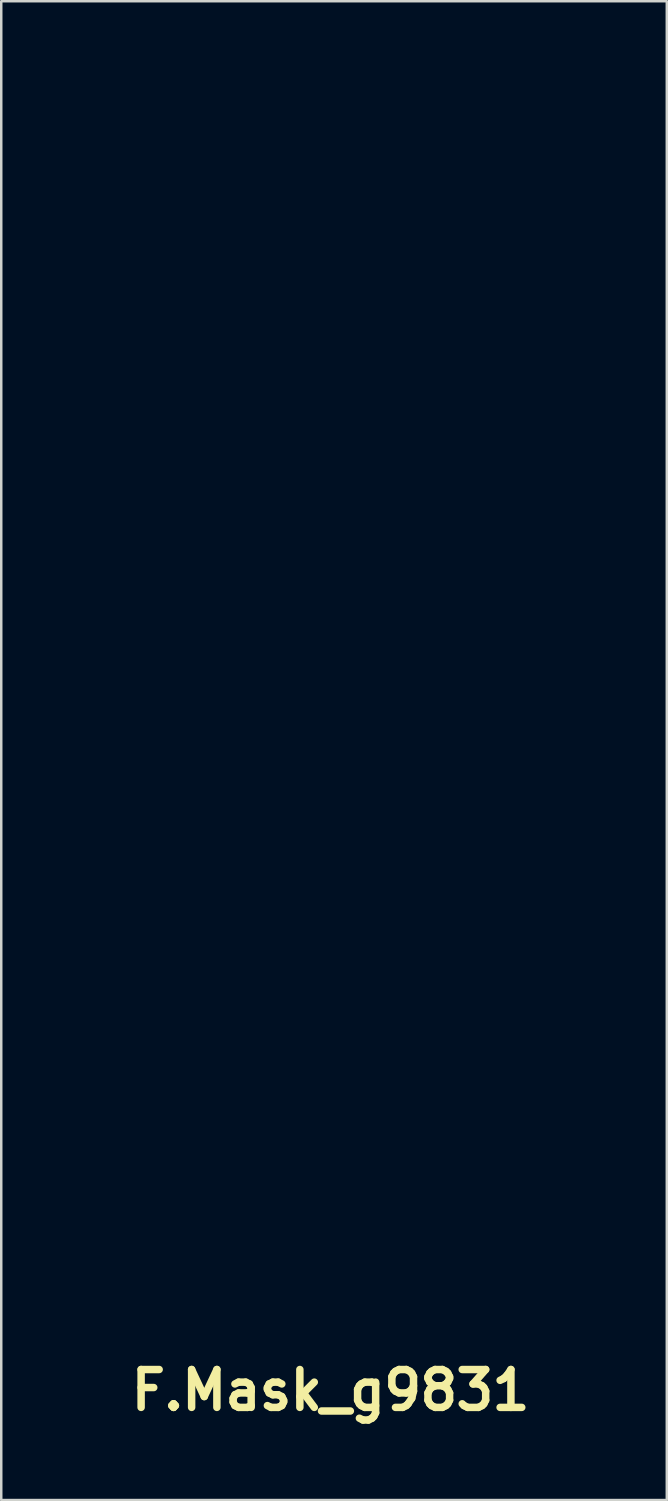
<source format=kicad_pcb>
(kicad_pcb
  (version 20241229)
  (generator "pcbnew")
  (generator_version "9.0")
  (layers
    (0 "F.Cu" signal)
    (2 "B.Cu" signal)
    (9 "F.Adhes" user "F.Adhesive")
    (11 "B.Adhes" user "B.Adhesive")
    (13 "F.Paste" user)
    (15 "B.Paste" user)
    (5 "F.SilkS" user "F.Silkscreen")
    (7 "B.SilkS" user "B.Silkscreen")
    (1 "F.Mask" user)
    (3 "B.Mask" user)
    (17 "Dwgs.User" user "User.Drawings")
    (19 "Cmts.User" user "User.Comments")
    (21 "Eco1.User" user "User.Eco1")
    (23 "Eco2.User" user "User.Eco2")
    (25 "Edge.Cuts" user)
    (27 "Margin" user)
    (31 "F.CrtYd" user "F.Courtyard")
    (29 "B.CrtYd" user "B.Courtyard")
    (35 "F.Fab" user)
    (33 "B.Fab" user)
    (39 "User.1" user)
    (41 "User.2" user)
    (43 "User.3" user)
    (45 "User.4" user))
  (footprint "F.Mask_g9831"
    (layer "F.Cu")
    (at 10.247 52.879)
    (property "Reference" "F.Mask_g9831" (at 0 0 0) (layer "F.SilkS") (effects (font (size 1.524 1.524) (thickness 0.3))))
    (attr through_hole)
    (fp_poly (pts (xy -4.582 -33.839) (xy -4.42 -33.807) (xy -4.298 -33.724) (xy -4.213 -33.581) (xy -4.16 -33.374) (xy -4.136 -33.093) (xy -4.134 -33.02) (xy -4.142 -32.696) (xy -4.178 -32.447) (xy -4.245 -32.267) (xy -4.345 -32.152) (xy -4.481 -32.096) (xy -4.571 -32.089) (xy -4.743 -32.089) (xy -4.732 -32.967) (xy -4.72 -33.846) (xy -4.582 -33.839)) (stroke (width 0.01) (type solid)) (fill yes) (layer "F.Mask"))
    (fp_poly (pts (xy 6.624 -33.517) (xy 6.653 -33.423) (xy 6.687 -33.28) (xy 6.704 -33.199) (xy 6.74 -33.024) (xy 6.772 -32.875) (xy 6.795 -32.775) (xy 6.8 -32.755) (xy 6.801 -32.711) (xy 6.759 -32.689) (xy 6.655 -32.682) (xy 6.615 -32.681) (xy 6.408 -32.681) (xy 6.495 -33.101) (xy 6.534 -33.28) (xy 6.569 -33.425) (xy 6.596 -33.519) (xy 6.606 -33.544) (xy 6.624 -33.517)) (stroke (width 0.01) (type solid)) (fill yes) (layer "F.Mask"))
    (fp_poly (pts (xy -8.911 -52.123) (xy -8.831 -52.082) (xy -8.708 -52.001) (xy -8.595 -51.92) (xy -8.411 -51.786) (xy -8.287 -51.689) (xy -8.215 -51.621) (xy -8.186 -51.572) (xy -8.191 -51.531) (xy -8.213 -51.498) (xy -8.265 -51.448) (xy -8.315 -51.447) (xy -8.386 -51.501) (xy -8.445 -51.561) (xy -8.542 -51.652) (xy -8.679 -51.765) (xy -8.812 -51.867) (xy -8.939 -51.963) (xy -9.005 -52.026) (xy -9.021 -52.069) (xy -8.998 -52.107) (xy -8.962 -52.129) (xy -8.911 -52.123)) (stroke (width 0.01) (type solid)) (fill yes) (layer "F.Mask"))
    (fp_poly (pts (xy -5.899 -33.524) (xy -5.872 -33.429) (xy -5.839 -33.287) (xy -5.825 -33.222) (xy -5.789 -33.048) (xy -5.758 -32.896) (xy -5.737 -32.793) (xy -5.733 -32.777) (xy -5.729 -32.718) (xy -5.761 -32.69) (xy -5.85 -32.682) (xy -5.905 -32.681) (xy -6.026 -32.688) (xy -6.083 -32.712) (xy -6.095 -32.755) (xy -6.086 -32.83) (xy -6.062 -32.955) (xy -6.03 -33.109) (xy -5.994 -33.269) (xy -5.959 -33.412) (xy -5.931 -33.515) (xy -5.916 -33.553) (xy -5.899 -33.524)) (stroke (width 0.01) (type solid)) (fill yes) (layer "F.Mask"))
    (fp_poly (pts (xy 2.605 -33.486) (xy 2.634 -33.373) (xy 2.668 -33.224) (xy 2.702 -33.062) (xy 2.73 -32.91) (xy 2.748 -32.792) (xy 2.752 -32.744) (xy 2.726 -32.703) (xy 2.64 -32.684) (xy 2.558 -32.681) (xy 2.44 -32.686) (xy 2.388 -32.706) (xy 2.384 -32.748) (xy 2.386 -32.755) (xy 2.404 -32.829) (xy 2.433 -32.962) (xy 2.468 -33.13) (xy 2.482 -33.2) (xy 2.518 -33.359) (xy 2.551 -33.477) (xy 2.577 -33.536) (xy 2.586 -33.538) (xy 2.605 -33.486)) (stroke (width 0.01) (type solid)) (fill yes) (layer "F.Mask"))
    (fp_poly (pts (xy 8.739 -52.019) (xy 8.757 -51.978) (xy 8.751 -51.883) (xy 8.743 -51.827) (xy 8.712 -51.68) (xy 8.664 -51.517) (xy 8.607 -51.362) (xy 8.55 -51.236) (xy 8.501 -51.162) (xy 8.486 -51.152) (xy 8.421 -51.165) (xy 8.397 -51.183) (xy 8.379 -51.244) (xy 8.414 -51.351) (xy 8.431 -51.384) (xy 8.485 -51.516) (xy 8.536 -51.684) (xy 8.56 -51.783) (xy 8.595 -51.926) (xy 8.632 -52.001) (xy 8.679 -52.027) (xy 8.692 -52.028) (xy 8.739 -52.019)) (stroke (width 0.01) (type solid)) (fill yes) (layer "F.Mask"))
    (fp_poly (pts (xy 10.154 -52.069) (xy 10.215 -51.991) (xy 10.293 -51.855) (xy 10.365 -51.71) (xy 10.454 -51.522) (xy 10.506 -51.395) (xy 10.523 -51.312) (xy 10.508 -51.262) (xy 10.466 -51.228) (xy 10.416 -51.213) (xy 10.377 -51.243) (xy 10.335 -51.332) (xy 10.312 -51.393) (xy 10.247 -51.547) (xy 10.159 -51.724) (xy 10.097 -51.833) (xy 10.023 -51.96) (xy 9.99 -52.033) (xy 9.994 -52.07) (xy 10.03 -52.09) (xy 10.04 -52.093) (xy 10.099 -52.099) (xy 10.154 -52.069)) (stroke (width 0.01) (type solid)) (fill yes) (layer "F.Mask"))
    (fp_poly (pts (xy 9.265 -52.823) (xy 9.41 -52.758) (xy 9.426 -52.751) (xy 9.633 -52.652) (xy 9.771 -52.578) (xy 9.85 -52.522) (xy 9.88 -52.478) (xy 9.869 -52.438) (xy 9.861 -52.427) (xy 9.836 -52.396) (xy 9.81 -52.38) (xy 9.771 -52.384) (xy 9.701 -52.411) (xy 9.588 -52.467) (xy 9.415 -52.556) (xy 9.386 -52.571) (xy 9.216 -52.66) (xy 9.113 -52.722) (xy 9.063 -52.766) (xy 9.058 -52.8) (xy 9.076 -52.824) (xy 9.116 -52.852) (xy 9.173 -52.852) (xy 9.265 -52.823)) (stroke (width 0.01) (type solid)) (fill yes) (layer "F.Mask"))
    (fp_poly (pts (xy 9.186 -50.969) (xy 9.52 -50.969) (xy 9.702 -50.973) (xy 9.816 -50.991) (xy 9.877 -51.035) (xy 9.901 -51.117) (xy 9.906 -51.241) (xy 9.916 -51.363) (xy 9.952 -51.414) (xy 10.016 -51.406) (xy 10.06 -51.349) (xy 10.073 -51.24) (xy 10.061 -51.107) (xy 10.027 -50.975) (xy 9.974 -50.871) (xy 9.935 -50.833) (xy 9.872 -50.819) (xy 9.747 -50.808) (xy 9.582 -50.802) (xy 9.498 -50.801) (xy 9.303 -50.804) (xy 9.175 -50.815) (xy 9.097 -50.837) (xy 9.054 -50.87) (xy 9.029 -50.929) (xy 9.009 -51.042) (xy 8.995 -51.219) (xy 8.985 -51.468) (xy 8.981 -51.59) (xy 8.967 -52.239) (xy 9.186 -52.239) (xy 9.186 -50.969)) (stroke (width 0.01) (type solid)) (fill yes) (layer "F.Mask"))
    (fp_poly (pts (xy -1.322 -52.783) (xy -1.233 -52.76) (xy -1.201 -52.727) (xy -1.201 -52.658) (xy -1.223 -52.534) (xy -1.263 -52.38) (xy -1.269 -52.359) (xy -1.362 -52.055) (xy -1.275 -51.901) (xy -1.194 -51.706) (xy -1.157 -51.506) (xy -1.17 -51.333) (xy -1.18 -51.299) (xy -1.244 -51.209) (xy -1.335 -51.155) (xy -1.427 -51.146) (xy -1.486 -51.186) (xy -1.52 -51.266) (xy -1.485 -51.302) (xy -1.418 -51.308) (xy -1.35 -51.317) (xy -1.32 -51.36) (xy -1.312 -51.46) (xy -1.312 -51.48) (xy -1.33 -51.625) (xy -1.375 -51.79) (xy -1.4 -51.855) (xy -1.447 -51.973) (xy -1.465 -52.063) (xy -1.457 -52.162) (xy -1.423 -52.304) (xy -1.421 -52.314) (xy -1.378 -52.485) (xy -1.361 -52.589) (xy -1.37 -52.642) (xy -1.409 -52.659) (xy -1.471 -52.655) (xy -1.587 -52.642) (xy -1.599 -51.7) (xy -1.603 -51.389) (xy -1.609 -51.153) (xy -1.616 -50.982) (xy -1.626 -50.867) (xy -1.639 -50.798) (xy -1.656 -50.765) (xy -1.673 -50.758) (xy -1.693 -50.768) (xy -1.708 -50.805) (xy -1.72 -50.878) (xy -1.727 -50.996) (xy -1.732 -51.169) (xy -1.735 -51.407) (xy -1.736 -51.719) (xy -1.736 -51.774) (xy -1.736 -52.79) (xy -1.48 -52.79) (xy -1.322 -52.783)) (stroke (width 0.01) (type solid)) (fill yes) (layer "F.Mask"))
    (fp_poly (pts (xy -4.474 -52.86) (xy -4.45 -52.803) (xy -4.445 -52.705) (xy -4.445 -52.536) (xy -4.256 -52.536) (xy -4.133 -52.544) (xy -4.085 -52.57) (xy -4.087 -52.589) (xy -4.077 -52.666) (xy -4.016 -52.751) (xy -3.932 -52.818) (xy -3.851 -52.84) (xy -3.837 -52.837) (xy -3.793 -52.812) (xy -3.794 -52.775) (xy -3.846 -52.703) (xy -3.873 -52.671) (xy -3.987 -52.536) (xy -3.556 -52.536) (xy -3.556 -52.282) (xy -3.559 -52.14) (xy -3.573 -52.063) (xy -3.603 -52.032) (xy -3.641 -52.028) (xy -3.696 -52.042) (xy -3.721 -52.099) (xy -3.725 -52.197) (xy -3.725 -52.366) (xy -5.334 -52.366) (xy -5.334 -52.197) (xy -5.341 -52.086) (xy -5.37 -52.037) (xy -5.419 -52.028) (xy -5.466 -52.037) (xy -5.492 -52.078) (xy -5.502 -52.169) (xy -5.503 -52.282) (xy -5.503 -52.536) (xy -5.117 -52.536) (xy -5.21 -52.667) (xy -5.267 -52.758) (xy -5.272 -52.81) (xy -5.245 -52.836) (xy -5.182 -52.84) (xy -5.097 -52.775) (xy -5.065 -52.742) (xy -4.993 -52.652) (xy -4.979 -52.599) (xy -5.002 -52.573) (xy -5.002 -52.551) (xy -4.923 -52.539) (xy -4.837 -52.536) (xy -4.614 -52.536) (xy -4.614 -52.705) (xy -4.607 -52.816) (xy -4.579 -52.865) (xy -4.53 -52.874) (xy -4.474 -52.86)) (stroke (width 0.01) (type solid)) (fill yes) (layer "F.Mask"))
    (fp_poly (pts (xy 2.018 -52.745) (xy 2.144 -52.738) (xy 2.214 -52.722) (xy 2.242 -52.697) (xy 2.244 -52.684) (xy 2.218 -52.641) (xy 2.132 -52.623) (xy 2.058 -52.62) (xy 1.873 -52.62) (xy 1.823 -52.419) (xy 1.79 -52.285) (xy 1.761 -52.177) (xy 1.753 -52.146) (xy 1.753 -52.103) (xy 1.799 -52.079) (xy 1.906 -52.065) (xy 1.956 -52.062) (xy 2.18 -52.049) (xy 2.192 -51.551) (xy 2.204 -51.054) (xy 1.97 -51.054) (xy 1.835 -51.05) (xy 1.764 -51.035) (xy 1.738 -51) (xy 1.736 -50.969) (xy 1.706 -50.899) (xy 1.651 -50.885) (xy 1.612 -50.891) (xy 1.587 -50.919) (xy 1.573 -50.985) (xy 1.567 -51.105) (xy 1.565 -51.293) (xy 1.565 -51.297) (xy 1.563 -51.486) (xy 1.555 -51.6) (xy 1.543 -51.647) (xy 1.522 -51.638) (xy 1.517 -51.629) (xy 1.476 -51.573) (xy 1.44 -51.59) (xy 1.415 -51.622) (xy 1.386 -51.686) (xy 1.403 -51.759) (xy 1.443 -51.831) (xy 1.478 -51.901) (xy 1.736 -51.901) (xy 1.736 -51.223) (xy 2.032 -51.223) (xy 2.032 -51.901) (xy 1.736 -51.901) (xy 1.478 -51.901) (xy 1.496 -51.937) (xy 1.557 -52.088) (xy 1.616 -52.255) (xy 1.664 -52.412) (xy 1.69 -52.53) (xy 1.693 -52.561) (xy 1.654 -52.606) (xy 1.545 -52.62) (xy 1.436 -52.634) (xy 1.397 -52.678) (xy 1.397 -52.684) (xy 1.411 -52.713) (xy 1.462 -52.732) (xy 1.565 -52.743) (xy 1.732 -52.747) (xy 1.82 -52.747) (xy 2.018 -52.745)) (stroke (width 0.01) (type solid)) (fill yes) (layer "F.Mask"))
    (fp_poly (pts (xy 7.165 -52.862) (xy 7.19 -52.81) (xy 7.197 -52.698) (xy 7.197 -52.684) (xy 7.197 -52.493) (xy 8.043 -52.493) (xy 8.043 -51.943) (xy 8.043 -51.718) (xy 8.039 -51.565) (xy 8.031 -51.469) (xy 8.015 -51.417) (xy 7.991 -51.396) (xy 7.959 -51.393) (xy 7.89 -51.419) (xy 7.874 -51.456) (xy 7.858 -51.489) (xy 7.8 -51.508) (xy 7.685 -51.518) (xy 7.535 -51.52) (xy 7.197 -51.52) (xy 7.197 -51.139) (xy 7.195 -50.958) (xy 7.189 -50.845) (xy 7.173 -50.785) (xy 7.145 -50.761) (xy 7.112 -50.758) (xy 7.072 -50.764) (xy 7.047 -50.794) (xy 7.033 -50.863) (xy 7.028 -50.988) (xy 7.027 -51.139) (xy 7.027 -51.52) (xy 6.689 -51.52) (xy 6.515 -51.517) (xy 6.411 -51.506) (xy 6.361 -51.484) (xy 6.35 -51.456) (xy 6.315 -51.404) (xy 6.265 -51.393) (xy 6.231 -51.397) (xy 6.207 -51.42) (xy 6.192 -51.475) (xy 6.184 -51.575) (xy 6.182 -51.689) (xy 6.35 -51.689) (xy 7.031 -51.689) (xy 7.197 -51.689) (xy 7.878 -51.689) (xy 7.865 -51.996) (xy 7.853 -52.303) (xy 7.525 -52.315) (xy 7.197 -52.328) (xy 7.197 -51.689) (xy 7.031 -51.689) (xy 7.019 -51.996) (xy 7.006 -52.303) (xy 6.678 -52.315) (xy 6.35 -52.328) (xy 6.35 -51.689) (xy 6.182 -51.689) (xy 6.181 -51.734) (xy 6.181 -51.943) (xy 6.181 -52.493) (xy 7.027 -52.493) (xy 7.027 -52.684) (xy 7.033 -52.803) (xy 7.056 -52.859) (xy 7.106 -52.874) (xy 7.112 -52.874) (xy 7.165 -52.862)) (stroke (width 0.01) (type solid)) (fill yes) (layer "F.Mask"))
    (fp_poly (pts (xy 4.711 -51.929) (xy 4.739 -51.871) (xy 4.741 -51.816) (xy 4.741 -51.689) (xy 5.331 -51.689) (xy 5.343 -51.319) (xy 5.355 -50.948) (xy 5.503 -50.948) (xy 5.6 -50.955) (xy 5.645 -50.99) (xy 5.662 -51.08) (xy 5.665 -51.109) (xy 5.683 -51.217) (xy 5.718 -51.257) (xy 5.749 -51.256) (xy 5.797 -51.224) (xy 5.816 -51.139) (xy 5.817 -51.062) (xy 5.799 -50.912) (xy 5.744 -50.825) (xy 5.634 -50.786) (xy 5.512 -50.779) (xy 5.35 -50.784) (xy 5.249 -50.807) (xy 5.193 -50.865) (xy 5.17 -50.973) (xy 5.165 -51.147) (xy 5.165 -51.18) (xy 5.165 -51.52) (xy 4.935 -51.52) (xy 4.802 -51.517) (xy 4.731 -51.5) (xy 4.696 -51.458) (xy 4.677 -51.388) (xy 4.611 -51.249) (xy 4.484 -51.103) (xy 4.316 -50.968) (xy 4.126 -50.863) (xy 4.08 -50.844) (xy 3.942 -50.792) (xy 3.863 -50.767) (xy 3.824 -50.768) (xy 3.805 -50.793) (xy 3.792 -50.827) (xy 3.775 -50.874) (xy 3.784 -50.903) (xy 3.836 -50.931) (xy 3.937 -50.97) (xy 4.115 -51.057) (xy 4.281 -51.169) (xy 4.416 -51.29) (xy 4.504 -51.407) (xy 4.529 -51.488) (xy 4.491 -51.503) (xy 4.388 -51.514) (xy 4.242 -51.52) (xy 4.212 -51.52) (xy 4.05 -51.522) (xy 3.955 -51.531) (xy 3.909 -51.552) (xy 3.895 -51.589) (xy 3.895 -51.604) (xy 3.902 -51.648) (xy 3.936 -51.673) (xy 4.015 -51.685) (xy 4.155 -51.689) (xy 4.212 -51.689) (xy 4.53 -51.689) (xy 4.53 -51.816) (xy 4.541 -51.907) (xy 4.589 -51.94) (xy 4.636 -51.943) (xy 4.711 -51.929)) (stroke (width 0.01) (type solid)) (fill yes) (layer "F.Mask"))
    (fp_poly (pts (xy -2.83 -52.864) (xy -2.804 -52.82) (xy -2.795 -52.722) (xy -2.794 -52.644) (xy -2.791 -52.512) (xy -2.775 -52.441) (xy -2.736 -52.411) (xy -2.678 -52.401) (xy -2.581 -52.365) (xy -2.548 -52.313) (xy -2.557 -52.26) (xy -2.625 -52.24) (xy -2.664 -52.239) (xy -2.759 -52.219) (xy -2.794 -52.154) (xy -2.767 -52.04) (xy -2.68 -51.873) (xy -2.666 -51.85) (xy -2.586 -51.698) (xy -2.566 -51.602) (xy -2.606 -51.563) (xy -2.619 -51.562) (xy -2.658 -51.596) (xy -2.71 -51.68) (xy -2.72 -51.7) (xy -2.748 -51.753) (xy -2.767 -51.772) (xy -2.78 -51.748) (xy -2.786 -51.669) (xy -2.79 -51.527) (xy -2.791 -51.311) (xy -2.791 -51.297) (xy -2.793 -51.075) (xy -2.798 -50.924) (xy -2.807 -50.83) (xy -2.823 -50.781) (xy -2.849 -50.761) (xy -2.879 -50.758) (xy -2.915 -50.763) (xy -2.939 -50.788) (xy -2.954 -50.846) (xy -2.961 -50.953) (xy -2.965 -51.122) (xy -2.965 -51.255) (xy -2.967 -51.752) (xy -3.077 -51.485) (xy -3.138 -51.344) (xy -3.181 -51.272) (xy -3.216 -51.256) (xy -3.243 -51.273) (xy -3.27 -51.319) (xy -3.263 -51.386) (xy -3.219 -51.496) (xy -3.195 -51.548) (xy -3.121 -51.723) (xy -3.055 -51.914) (xy -3.032 -51.992) (xy -2.974 -52.218) (xy -3.12 -52.231) (xy -3.225 -52.261) (xy -3.258 -52.312) (xy -3.222 -52.365) (xy -3.117 -52.399) (xy -3.101 -52.401) (xy -3.022 -52.412) (xy -2.981 -52.441) (xy -2.966 -52.511) (xy -2.963 -52.642) (xy -2.963 -52.644) (xy -2.96 -52.778) (xy -2.943 -52.847) (xy -2.907 -52.872) (xy -2.879 -52.874) (xy -2.83 -52.864)) (stroke (width 0.01) (type solid)) (fill yes) (layer "F.Mask"))
    (fp_poly (pts (xy -3.937 -51.736) (xy -4.18 -51.723) (xy -4.319 -51.712) (xy -4.393 -51.692) (xy -4.421 -51.656) (xy -4.424 -51.626) (xy -4.416 -51.583) (xy -4.382 -51.557) (xy -4.305 -51.541) (xy -4.169 -51.532) (xy -4.075 -51.529) (xy -3.725 -51.516) (xy -3.725 -51.221) (xy -3.728 -51.064) (xy -3.739 -50.972) (xy -3.765 -50.921) (xy -3.815 -50.891) (xy -3.834 -50.884) (xy -4 -50.845) (xy -4.125 -50.865) (xy -4.191 -50.927) (xy -4.212 -50.981) (xy -4.187 -51.005) (xy -4.098 -51.012) (xy -4.065 -51.012) (xy -3.895 -51.012) (xy -3.895 -51.397) (xy -4.159 -51.384) (xy -4.424 -51.371) (xy -4.436 -51.065) (xy -4.445 -50.905) (xy -4.46 -50.812) (xy -4.485 -50.769) (xy -4.526 -50.758) (xy -4.532 -50.758) (xy -4.574 -50.766) (xy -4.599 -50.801) (xy -4.611 -50.882) (xy -4.614 -51.025) (xy -4.614 -51.075) (xy -4.614 -51.393) (xy -5.165 -51.393) (xy -5.165 -51.139) (xy -5.168 -50.997) (xy -5.181 -50.92) (xy -5.212 -50.889) (xy -5.249 -50.885) (xy -5.293 -50.892) (xy -5.318 -50.926) (xy -5.33 -51.005) (xy -5.334 -51.145) (xy -5.334 -51.202) (xy -5.334 -51.52) (xy -4.974 -51.52) (xy -4.8 -51.521) (xy -4.694 -51.527) (xy -4.638 -51.543) (xy -4.618 -51.575) (xy -4.614 -51.626) (xy -4.62 -51.684) (xy -4.649 -51.716) (xy -4.722 -51.729) (xy -4.859 -51.731) (xy -4.868 -51.731) (xy -5.122 -51.731) (xy -5.122 -52.07) (xy -4.995 -52.07) (xy -4.995 -51.858) (xy -4.106 -51.858) (xy -4.106 -52.07) (xy -4.995 -52.07) (xy -5.122 -52.07) (xy -5.122 -52.197) (xy -3.937 -52.197) (xy -3.937 -51.736)) (stroke (width 0.01) (type solid)) (fill yes) (layer "F.Mask"))
    (fp_poly (pts (xy -8.893 -52.705) (xy -8.652 -52.703) (xy -8.476 -52.7) (xy -8.355 -52.694) (xy -8.278 -52.684) (xy -8.235 -52.67) (xy -8.217 -52.651) (xy -8.213 -52.625) (xy -8.213 -52.62) (xy -8.219 -52.58) (xy -8.249 -52.555) (xy -8.319 -52.542) (xy -8.445 -52.536) (xy -8.589 -52.536) (xy -8.751 -52.535) (xy -8.875 -52.525) (xy -8.966 -52.497) (xy -9.028 -52.44) (xy -9.068 -52.345) (xy -9.09 -52.2) (xy -9.099 -51.997) (xy -9.102 -51.724) (xy -9.102 -51.542) (xy -9.102 -51.266) (xy -9.104 -51.064) (xy -9.11 -50.923) (xy -9.119 -50.834) (xy -9.133 -50.784) (xy -9.153 -50.762) (xy -9.179 -50.758) (xy -9.26 -50.771) (xy -9.285 -50.786) (xy -9.295 -50.836) (xy -9.304 -50.955) (xy -9.31 -51.128) (xy -9.313 -51.337) (xy -9.313 -51.43) (xy -9.313 -52.046) (xy -9.514 -51.852) (xy -9.661 -51.721) (xy -9.824 -51.591) (xy -9.921 -51.521) (xy -10.039 -51.445) (xy -10.11 -51.414) (xy -10.158 -51.421) (xy -10.193 -51.45) (xy -10.239 -51.509) (xy -10.242 -51.533) (xy -10.2 -51.563) (xy -10.107 -51.626) (xy -9.982 -51.711) (xy -9.966 -51.721) (xy -9.812 -51.838) (xy -9.642 -51.987) (xy -9.478 -52.148) (xy -9.338 -52.302) (xy -9.241 -52.43) (xy -9.226 -52.455) (xy -9.213 -52.489) (xy -9.223 -52.512) (xy -9.27 -52.526) (xy -9.366 -52.533) (xy -9.525 -52.535) (xy -9.693 -52.536) (xy -9.908 -52.536) (xy -10.052 -52.541) (xy -10.139 -52.55) (xy -10.184 -52.568) (xy -10.2 -52.595) (xy -10.202 -52.62) (xy -10.199 -52.647) (xy -10.184 -52.668) (xy -10.146 -52.683) (xy -10.075 -52.693) (xy -9.961 -52.699) (xy -9.794 -52.703) (xy -9.564 -52.705) (xy -9.262 -52.705) (xy -9.207 -52.705) (xy -8.893 -52.705)) (stroke (width 0.01) (type solid)) (fill yes) (layer "F.Mask"))
    (fp_poly (pts (xy 4.85 -52.85) (xy 4.868 -52.769) (xy 4.868 -52.663) (xy 5.8 -52.663) (xy 5.8 -52.472) (xy 5.795 -52.355) (xy 5.774 -52.299) (xy 5.722 -52.282) (xy 5.694 -52.282) (xy 5.618 -52.295) (xy 5.591 -52.353) (xy 5.588 -52.409) (xy 5.584 -52.481) (xy 5.559 -52.519) (xy 5.491 -52.533) (xy 5.36 -52.536) (xy 5.118 -52.536) (xy 5.131 -52.292) (xy 5.144 -52.049) (xy 5.348 -52.036) (xy 5.474 -52.033) (xy 5.54 -52.05) (xy 5.57 -52.095) (xy 5.576 -52.112) (xy 5.618 -52.177) (xy 5.661 -52.178) (xy 5.723 -52.157) (xy 5.736 -52.155) (xy 5.737 -52.119) (xy 5.719 -52.038) (xy 5.698 -51.978) (xy 5.662 -51.942) (xy 5.591 -51.923) (xy 5.465 -51.913) (xy 5.38 -51.909) (xy 5.193 -51.909) (xy 5.063 -51.925) (xy 5.013 -51.946) (xy 4.973 -52.028) (xy 4.954 -52.189) (xy 4.953 -52.268) (xy 4.953 -52.541) (xy 4.776 -52.528) (xy 4.661 -52.512) (xy 4.601 -52.475) (xy 4.567 -52.394) (xy 4.561 -52.371) (xy 4.484 -52.175) (xy 4.36 -52.03) (xy 4.172 -51.916) (xy 4.022 -51.85) (xy 3.927 -51.823) (xy 3.865 -51.83) (xy 3.817 -51.871) (xy 3.815 -51.874) (xy 3.801 -51.913) (xy 3.842 -51.951) (xy 3.948 -51.997) (xy 3.988 -52.012) (xy 4.162 -52.102) (xy 4.3 -52.226) (xy 4.385 -52.365) (xy 4.403 -52.457) (xy 4.389 -52.505) (xy 4.335 -52.528) (xy 4.221 -52.536) (xy 4.194 -52.536) (xy 4.069 -52.533) (xy 4.006 -52.514) (xy 3.98 -52.465) (xy 3.971 -52.398) (xy 3.938 -52.285) (xy 3.884 -52.247) (xy 3.84 -52.251) (xy 3.818 -52.298) (xy 3.81 -52.406) (xy 3.81 -52.448) (xy 3.81 -52.663) (xy 4.699 -52.663) (xy 4.699 -52.769) (xy 4.719 -52.851) (xy 4.784 -52.874) (xy 4.85 -52.85)) (stroke (width 0.01) (type solid)) (fill yes) (layer "F.Mask"))
    (fp_poly (pts (xy -6.574 -52.705) (xy -6.341 -52.703) (xy -6.171 -52.7) (xy -6.056 -52.693) (xy -5.984 -52.683) (xy -5.945 -52.668) (xy -5.93 -52.647) (xy -5.927 -52.62) (xy -5.933 -52.581) (xy -5.961 -52.556) (xy -6.028 -52.543) (xy -6.149 -52.537) (xy -6.329 -52.536) (xy -6.731 -52.536) (xy -6.731 -51.943) (xy -6.371 -51.943) (xy -6.196 -51.941) (xy -6.089 -51.934) (xy -6.034 -51.917) (xy -6.014 -51.887) (xy -6.011 -51.858) (xy -6.018 -51.817) (xy -6.049 -51.792) (xy -6.121 -51.779) (xy -6.251 -51.774) (xy -6.371 -51.774) (xy -6.731 -51.774) (xy -6.731 -51.054) (xy -6.287 -51.054) (xy -6.088 -51.053) (xy -5.96 -51.048) (xy -5.886 -51.036) (xy -5.852 -51.014) (xy -5.842 -50.98) (xy -5.842 -50.969) (xy -5.845 -50.943) (xy -5.86 -50.923) (xy -5.897 -50.908) (xy -5.966 -50.898) (xy -6.078 -50.891) (xy -6.24 -50.887) (xy -6.465 -50.885) (xy -6.76 -50.885) (xy -6.882 -50.885) (xy -7.206 -50.885) (xy -7.454 -50.887) (xy -7.637 -50.89) (xy -7.765 -50.896) (xy -7.846 -50.905) (xy -7.89 -50.918) (xy -7.908 -50.936) (xy -7.909 -50.959) (xy -7.863 -51.017) (xy -7.749 -51.045) (xy -7.736 -51.046) (xy -7.578 -51.059) (xy -7.578 -51.586) (xy -7.577 -51.805) (xy -7.573 -51.953) (xy -7.564 -52.044) (xy -7.547 -52.092) (xy -7.521 -52.11) (xy -7.493 -52.112) (xy -7.458 -52.108) (xy -7.434 -52.084) (xy -7.419 -52.028) (xy -7.412 -51.925) (xy -7.409 -51.763) (xy -7.408 -51.583) (xy -7.408 -51.054) (xy -6.9 -51.054) (xy -6.9 -52.533) (xy -7.355 -52.545) (xy -7.559 -52.552) (xy -7.693 -52.562) (xy -7.772 -52.578) (xy -7.811 -52.602) (xy -7.824 -52.631) (xy -7.823 -52.655) (xy -7.804 -52.673) (xy -7.757 -52.686) (xy -7.671 -52.695) (xy -7.537 -52.701) (xy -7.345 -52.704) (xy -7.084 -52.705) (xy -6.882 -52.705) (xy -6.574 -52.705)) (stroke (width 0.01) (type solid)) (fill yes) (layer "F.Mask"))
    (fp_poly (pts (xy 0.372 -52.746) (xy 0.593 -52.74) (xy 0.75 -52.729) (xy 0.851 -52.713) (xy 0.907 -52.691) (xy 0.909 -52.69) (xy 0.945 -52.656) (xy 0.944 -52.619) (xy 0.896 -52.565) (xy 0.791 -52.478) (xy 0.761 -52.454) (xy 0.615 -52.344) (xy 0.468 -52.242) (xy 0.373 -52.183) (xy 0.264 -52.107) (xy 0.218 -52.028) (xy 0.212 -51.975) (xy 0.212 -51.858) (xy 0.699 -51.858) (xy 0.908 -51.857) (xy 1.047 -51.853) (xy 1.129 -51.843) (xy 1.17 -51.824) (xy 1.184 -51.794) (xy 1.185 -51.774) (xy 1.18 -51.737) (xy 1.155 -51.713) (xy 1.096 -51.699) (xy 0.988 -51.692) (xy 0.818 -51.689) (xy 0.699 -51.689) (xy 0.212 -51.689) (xy 0.211 -51.297) (xy 0.207 -51.118) (xy 0.196 -50.967) (xy 0.18 -50.868) (xy 0.172 -50.845) (xy 0.104 -50.804) (xy -0.032 -50.775) (xy -0.117 -50.767) (xy -0.259 -50.759) (xy -0.338 -50.767) (xy -0.377 -50.796) (xy -0.392 -50.836) (xy -0.396 -50.887) (xy -0.364 -50.916) (xy -0.275 -50.93) (xy -0.197 -50.936) (xy 0.021 -50.948) (xy 0.033 -51.319) (xy 0.046 -51.689) (xy -0.443 -51.689) (xy -0.652 -51.69) (xy -0.792 -51.694) (xy -0.875 -51.704) (xy -0.916 -51.723) (xy -0.93 -51.753) (xy -0.931 -51.774) (xy -0.926 -51.81) (xy -0.901 -51.834) (xy -0.842 -51.849) (xy -0.734 -51.856) (xy -0.564 -51.858) (xy -0.445 -51.858) (xy 0.042 -51.858) (xy 0.042 -52.049) (xy 0.049 -52.17) (xy 0.074 -52.227) (xy 0.116 -52.24) (xy 0.188 -52.265) (xy 0.299 -52.328) (xy 0.402 -52.399) (xy 0.614 -52.557) (xy -0.032 -52.569) (xy -0.278 -52.574) (xy -0.453 -52.58) (xy -0.567 -52.588) (xy -0.634 -52.602) (xy -0.667 -52.622) (xy -0.677 -52.65) (xy -0.677 -52.664) (xy -0.673 -52.694) (xy -0.654 -52.715) (xy -0.608 -52.73) (xy -0.523 -52.74) (xy -0.388 -52.745) (xy -0.192 -52.747) (xy 0.077 -52.747) (xy 0.372 -52.746)) (stroke (width 0.01) (type solid)) (fill yes) (layer "F.Mask"))
    (fp_poly (pts (xy 3.15 -52.746) (xy 3.307 -52.741) (xy 3.405 -52.73) (xy 3.455 -52.713) (xy 3.471 -52.688) (xy 3.471 -52.684) (xy 3.435 -52.633) (xy 3.365 -52.62) (xy 3.313 -52.617) (xy 3.282 -52.594) (xy 3.266 -52.536) (xy 3.26 -52.424) (xy 3.26 -52.282) (xy 3.26 -51.943) (xy 3.387 -51.943) (xy 3.48 -51.93) (xy 3.512 -51.88) (xy 3.514 -51.858) (xy 3.494 -51.796) (xy 3.419 -51.775) (xy 3.387 -51.774) (xy 3.26 -51.774) (xy 3.26 -51.266) (xy 3.259 -51.051) (xy 3.255 -50.907) (xy 3.245 -50.82) (xy 3.228 -50.776) (xy 3.2 -50.759) (xy 3.175 -50.758) (xy 3.139 -50.763) (xy 3.115 -50.787) (xy 3.101 -50.845) (xy 3.093 -50.95) (xy 3.091 -51.116) (xy 3.09 -51.266) (xy 3.09 -51.774) (xy 2.9 -51.774) (xy 2.783 -51.77) (xy 2.727 -51.748) (xy 2.71 -51.696) (xy 2.709 -51.656) (xy 2.692 -51.495) (xy 2.646 -51.299) (xy 2.583 -51.103) (xy 2.513 -50.942) (xy 2.485 -50.896) (xy 2.414 -50.798) (xy 2.367 -50.764) (xy 2.323 -50.782) (xy 2.299 -50.804) (xy 2.282 -50.86) (xy 2.322 -50.951) (xy 2.35 -50.996) (xy 2.428 -51.15) (xy 2.492 -51.349) (xy 2.532 -51.555) (xy 2.54 -51.67) (xy 2.526 -51.744) (xy 2.467 -51.771) (xy 2.413 -51.774) (xy 2.32 -51.787) (xy 2.287 -51.836) (xy 2.286 -51.858) (xy 2.306 -51.92) (xy 2.38 -51.942) (xy 2.413 -51.943) (xy 2.54 -51.943) (xy 2.709 -51.943) (xy 3.094 -51.943) (xy 3.069 -52.599) (xy 2.889 -52.612) (xy 2.709 -52.625) (xy 2.709 -51.943) (xy 2.54 -51.943) (xy 2.54 -52.282) (xy 2.538 -52.45) (xy 2.53 -52.552) (xy 2.511 -52.602) (xy 2.478 -52.619) (xy 2.455 -52.62) (xy 2.386 -52.647) (xy 2.371 -52.684) (xy 2.383 -52.71) (xy 2.428 -52.728) (xy 2.519 -52.74) (xy 2.667 -52.745) (xy 2.886 -52.747) (xy 2.921 -52.747) (xy 3.15 -52.746)) (stroke (width 0.01) (type solid)) (fill yes) (layer "F.Mask"))
    (fp_poly (pts (xy -2.02 -52.788) (xy -1.908 -52.782) (xy -1.848 -52.766) (xy -1.824 -52.738) (xy -1.82 -52.705) (xy -1.838 -52.636) (xy -1.863 -52.62) (xy -1.878 -52.579) (xy -1.89 -52.457) (xy -1.898 -52.259) (xy -1.903 -51.989) (xy -1.905 -51.689) (xy -1.905 -51.386) (xy -1.907 -51.156) (xy -1.91 -50.991) (xy -1.917 -50.879) (xy -1.928 -50.81) (xy -1.944 -50.774) (xy -1.965 -50.76) (xy -1.99 -50.758) (xy -2.04 -50.769) (xy -2.065 -50.815) (xy -2.074 -50.917) (xy -2.074 -50.975) (xy -2.074 -51.192) (xy -2.254 -51.163) (xy -2.392 -51.139) (xy -2.508 -51.116) (xy -2.529 -51.111) (xy -2.602 -51.108) (xy -2.624 -51.162) (xy -2.625 -51.176) (xy -2.599 -51.249) (xy -2.561 -51.266) (xy -2.537 -51.277) (xy -2.52 -51.318) (xy -2.508 -51.401) (xy -2.503 -51.498) (xy -2.328 -51.498) (xy -2.318 -51.369) (xy -2.278 -51.312) (xy -2.196 -51.315) (xy -2.141 -51.334) (xy -2.09 -51.396) (xy -2.074 -51.524) (xy -2.08 -51.631) (xy -2.108 -51.678) (xy -2.18 -51.689) (xy -2.201 -51.689) (xy -2.279 -51.683) (xy -2.316 -51.652) (xy -2.328 -51.57) (xy -2.328 -51.498) (xy -2.503 -51.498) (xy -2.501 -51.537) (xy -2.498 -51.737) (xy -2.498 -51.943) (xy -2.498 -51.985) (xy -2.328 -51.985) (xy -2.323 -51.877) (xy -2.296 -51.828) (xy -2.229 -51.816) (xy -2.201 -51.816) (xy -2.12 -51.823) (xy -2.084 -51.859) (xy -2.075 -51.949) (xy -2.074 -51.985) (xy -2.079 -52.094) (xy -2.107 -52.142) (xy -2.174 -52.154) (xy -2.201 -52.155) (xy -2.283 -52.148) (xy -2.319 -52.112) (xy -2.328 -52.022) (xy -2.328 -51.985) (xy -2.498 -51.985) (xy -2.5 -52.213) (xy -2.508 -52.42) (xy -2.512 -52.472) (xy -2.328 -52.472) (xy -2.321 -52.373) (xy -2.285 -52.332) (xy -2.201 -52.324) (xy -2.116 -52.332) (xy -2.081 -52.374) (xy -2.074 -52.472) (xy -2.081 -52.572) (xy -2.117 -52.613) (xy -2.201 -52.62) (xy -2.287 -52.612) (xy -2.322 -52.57) (xy -2.328 -52.472) (xy -2.512 -52.472) (xy -2.52 -52.557) (xy -2.536 -52.618) (xy -2.54 -52.62) (xy -2.574 -52.656) (xy -2.582 -52.705) (xy -2.576 -52.745) (xy -2.546 -52.77) (xy -2.477 -52.784) (xy -2.352 -52.789) (xy -2.201 -52.79) (xy -2.02 -52.788)) (stroke (width 0.01) (type solid)) (fill yes) (layer "F.Mask"))
    (fp_poly (pts (xy 9.398 -31.115) (xy -9.229 -31.115) (xy -9.229 -31.701) (xy -8.396 -31.701) (xy -8.394 -31.701) (xy 5.957 -31.701) (xy 6.099 -31.715) (xy 6.198 -31.736) (xy 6.247 -31.79) (xy 6.269 -31.877) (xy 6.297 -32.026) (xy 6.326 -32.181) (xy 6.326 -32.186) (xy 6.355 -32.347) (xy 6.879 -32.322) (xy 6.921 -32.025) (xy 6.964 -31.729) (xy 7.112 -31.729) (xy 7.21 -31.734) (xy 7.248 -31.769) (xy 7.248 -31.857) (xy 7.246 -31.877) (xy 7.229 -32.009) (xy 7.196 -32.206) (xy 7.15 -32.453) (xy 7.096 -32.732) (xy 7.035 -33.026) (xy 6.973 -33.318) (xy 6.911 -33.593) (xy 6.893 -33.668) (xy 6.766 -34.205) (xy 7.493 -34.205) (xy 7.493 -31.702) (xy 7.631 -31.716) (xy 7.768 -31.729) (xy 7.782 -32.554) (xy 7.795 -33.38) (xy 7.882 -33.168) (xy 7.928 -33.052) (xy 7.995 -32.877) (xy 8.075 -32.663) (xy 8.161 -32.432) (xy 8.193 -32.343) (xy 8.279 -32.109) (xy 8.343 -31.944) (xy 8.391 -31.835) (xy 8.43 -31.771) (xy 8.468 -31.74) (xy 8.509 -31.73) (xy 8.537 -31.729) (xy 8.657 -31.729) (xy 8.657 -34.184) (xy 8.52 -34.197) (xy 8.382 -34.211) (xy 8.378 -32.66) (xy 8.177 -33.168) (xy 8.051 -33.483) (xy 7.951 -33.727) (xy 7.871 -33.909) (xy 7.808 -34.039) (xy 7.755 -34.125) (xy 7.709 -34.175) (xy 7.664 -34.199) (xy 7.617 -34.205) (xy 7.614 -34.205) (xy 7.493 -34.205) (xy 6.766 -34.205) (xy 6.765 -34.21) (xy 6.613 -34.197) (xy 6.534 -34.187) (xy 6.482 -34.161) (xy 6.446 -34.101) (xy 6.411 -33.989) (xy 6.385 -33.888) (xy 6.343 -33.714) (xy 6.291 -33.486) (xy 6.235 -33.221) (xy 6.176 -32.938) (xy 6.119 -32.656) (xy 6.067 -32.391) (xy 6.025 -32.163) (xy 5.995 -31.99) (xy 5.986 -31.927) (xy 5.957 -31.701) (xy -8.394 -31.701) (xy -8.107 -31.729) (xy -8.083 -32.522) (xy -8.075 -32.772) (xy -8.065 -32.992) (xy -8.055 -33.169) (xy -8.046 -33.288) (xy -8.038 -33.336) (xy -8.038 -33.336) (xy -8.021 -33.305) (xy -7.988 -33.205) (xy -7.943 -33.048) (xy -7.889 -32.849) (xy -7.852 -32.7) (xy -7.687 -32.042) (xy -7.564 -32.055) (xy -7.517 -32.062) (xy -7.48 -32.08) (xy -7.448 -32.122) (xy -7.416 -32.199) (xy -7.378 -32.324) (xy -7.329 -32.509) (xy -7.275 -32.721) (xy -7.218 -32.945) (xy -7.166 -33.138) (xy -7.125 -33.286) (xy -7.098 -33.376) (xy -7.09 -33.395) (xy -7.082 -33.363) (xy -7.076 -33.26) (xy -7.072 -33.102) (xy -7.07 -32.902) (xy -7.07 -32.822) (xy -7.068 -32.578) (xy -7.062 -32.34) (xy -7.054 -32.132) (xy -7.044 -31.98) (xy -7.042 -31.966) (xy -7.015 -31.703) (xy -6.883 -31.716) (xy -6.752 -31.729) (xy -6.753 -31.793) (xy -6.562 -31.793) (xy -6.548 -31.731) (xy -6.493 -31.712) (xy -6.424 -31.716) (xy -6.353 -31.726) (xy -6.308 -31.753) (xy -6.277 -31.814) (xy -6.249 -31.929) (xy -6.228 -32.038) (xy -6.169 -32.346) (xy -5.911 -32.334) (xy -5.653 -32.322) (xy -5.62 -32.11) (xy -5.59 -31.924) (xy -5.565 -31.807) (xy -5.535 -31.742) (xy -5.493 -31.714) (xy -5.429 -31.708) (xy -5.397 -31.708) (xy -5.299 -31.718) (xy -5.251 -31.742) (xy -5.249 -31.747) (xy -5.258 -31.829) (xy -5.283 -31.98) (xy -5.32 -32.185) (xy -5.367 -32.432) (xy -5.422 -32.705) (xy -5.481 -32.991) (xy -5.541 -33.276) (xy -5.601 -33.546) (xy -5.655 -33.787) (xy -5.703 -33.986) (xy -5.719 -34.049) (xy -5.753 -34.152) (xy -5.038 -34.152) (xy -5.038 -31.756) (xy -4.942 -31.738) (xy -4.748 -31.716) (xy -4.546 -31.719) (xy -4.371 -31.744) (xy -4.304 -31.765) (xy -4.118 -31.884) (xy -3.977 -32.066) (xy -3.88 -32.314) (xy -3.824 -32.632) (xy -3.81 -32.956) (xy -3.832 -33.342) (xy -3.899 -33.656) (xy -4.012 -33.899) (xy -4.171 -34.072) (xy -4.376 -34.175) (xy -4.601 -34.205) (xy -3.471 -34.205) (xy -3.471 -31.705) (xy -3.016 -31.717) (xy -2.561 -31.729) (xy -2.548 -31.909) (xy -2.535 -32.089) (xy -3.175 -32.089) (xy -3.175 -32.851) (xy -2.625 -32.851) (xy -2.625 -33.189) (xy -3.175 -33.189) (xy -3.175 -33.824) (xy -2.582 -33.824) (xy -2.582 -34.205) (xy -1.736 -34.205) (xy -1.736 -32.985) (xy -1.735 -32.671) (xy -1.732 -32.386) (xy -1.728 -32.139) (xy -1.723 -31.942) (xy -1.716 -31.805) (xy -1.709 -31.74) (xy -1.707 -31.736) (xy -1.648 -31.715) (xy -1.559 -31.708) (xy -1.439 -31.708) (xy -1.439 -32.406) (xy -1.051 -32.406) (xy -1.05 -32.16) (xy -1.048 -31.963) (xy -1.045 -31.827) (xy -1.04 -31.763) (xy -1.039 -31.761) (xy -0.987 -31.723) (xy -0.89 -31.708) (xy -0.762 -31.708) (xy -0.762 -32.542) (xy -0.76 -32.821) (xy -0.755 -33.048) (xy -0.747 -33.215) (xy -0.736 -33.313) (xy -0.724 -33.335) (xy -0.696 -33.283) (xy -0.646 -33.166) (xy -0.58 -33) (xy -0.504 -32.799) (xy -0.468 -32.703) (xy -0.356 -32.4) (xy -0.27 -32.168) (xy -0.204 -31.996) (xy -0.154 -31.876) (xy -0.115 -31.798) (xy -0.082 -31.752) (xy -0.051 -31.729) (xy -0.018 -31.719) (xy 0.013 -31.715) (xy 0.127 -31.702) (xy 0.127 -33.824) (xy 0.842 -33.824) (xy 1.27 -33.824) (xy 1.27 -32.794) (xy 1.271 -32.507) (xy 1.274 -32.248) (xy 1.279 -32.03) (xy 1.285 -31.864) (xy 1.293 -31.763) (xy 1.298 -31.736) (xy 1.357 -31.715) (xy 1.446 -31.708) (xy 1.566 -31.708) (xy 1.566 -31.767) (xy 1.943 -31.767) (xy 1.968 -31.719) (xy 2.04 -31.712) (xy 2.085 -31.716) (xy 2.157 -31.726) (xy 2.201 -31.753) (xy 2.229 -31.814) (xy 2.251 -31.93) (xy 2.265 -32.025) (xy 2.308 -32.322) (xy 2.57 -32.334) (xy 2.832 -32.347) (xy 2.86 -32.186) (xy 2.895 -31.986) (xy 2.922 -31.855) (xy 2.948 -31.778) (xy 2.981 -31.741) (xy 3.027 -31.73) (xy 3.092 -31.729) (xy 3.19 -31.735) (xy 3.226 -31.769) (xy 3.225 -31.852) (xy 3.225 -31.856) (xy 3.208 -31.966) (xy 3.177 -32.142) (xy 3.134 -32.367) (xy 3.083 -32.625) (xy 3.027 -32.897) (xy 2.97 -33.168) (xy 2.916 -33.421) (xy 2.867 -33.638) (xy 2.827 -33.803) (xy 2.731 -34.184) (xy 2.583 -34.184) (xy 2.504 -34.181) (xy 2.453 -34.158) (xy 2.417 -34.097) (xy 2.38 -33.981) (xy 2.36 -33.909) (xy 2.328 -33.783) (xy 2.285 -33.598) (xy 2.236 -33.37) (xy 2.182 -33.114) (xy 2.126 -32.847) (xy 2.073 -32.584) (xy 2.026 -32.34) (xy 1.986 -32.131) (xy 1.958 -31.973) (xy 1.945 -31.88) (xy 1.945 -31.877) (xy 1.943 -31.767) (xy 1.566 -31.767) (xy 1.566 -33.824) (xy 1.99 -33.824) (xy 1.99 -34.205) (xy 3.471 -34.205) (xy 3.471 -31.702) (xy 3.609 -31.716) (xy 3.747 -31.729) (xy 3.769 -34.205) (xy 3.471 -34.205) (xy 1.99 -34.205) (xy 1.99 -34.208) (xy 1.429 -34.196) (xy 0.868 -34.184) (xy 0.855 -34.004) (xy 0.842 -33.824) (xy 0.127 -33.824) (xy 0.127 -34.211) (xy -0.148 -34.184) (xy -0.173 -32.703) (xy -0.334 -33.126) (xy -0.422 -33.349) (xy -0.52 -33.588) (xy -0.613 -33.802) (xy -0.648 -33.88) (xy -0.725 -34.04) (xy -0.78 -34.138) (xy -0.826 -34.186) (xy -0.876 -34.2) (xy -0.919 -34.198) (xy -1.037 -34.184) (xy -1.048 -32.999) (xy -1.051 -32.689) (xy -1.051 -32.406) (xy -1.439 -32.406) (xy -1.439 -34.205) (xy -1.736 -34.205) (xy -2.582 -34.205) (xy -3.471 -34.205) (xy -4.601 -34.205) (xy -4.628 -34.209) (xy -4.905 -34.179) (xy -5.038 -34.152) (xy -5.753 -34.152) (xy -5.753 -34.153) (xy -5.798 -34.196) (xy -5.885 -34.2) (xy -5.916 -34.197) (xy -6.008 -34.184) (xy -6.062 -34.148) (xy -6.099 -34.068) (xy -6.125 -33.972) (xy -6.155 -33.85) (xy -6.195 -33.669) (xy -6.243 -33.446) (xy -6.296 -33.193) (xy -6.35 -32.925) (xy -6.404 -32.656) (xy -6.454 -32.4) (xy -6.498 -32.172) (xy -6.532 -31.985) (xy -6.554 -31.853) (xy -6.562 -31.793) (xy -6.753 -31.793) (xy -6.768 -32.491) (xy -6.775 -32.78) (xy -6.784 -33.08) (xy -6.794 -33.365) (xy -6.805 -33.607) (xy -6.81 -33.718) (xy -6.837 -34.184) (xy -6.985 -34.184) (xy -7.07 -34.179) (xy -7.124 -34.151) (xy -7.164 -34.08) (xy -7.209 -33.951) (xy -7.25 -33.817) (xy -7.305 -33.627) (xy -7.366 -33.407) (xy -7.423 -33.195) (xy -7.562 -32.671) (xy -7.661 -33.047) (xy -7.723 -33.272) (xy -7.796 -33.529) (xy -7.868 -33.769) (xy -7.882 -33.814) (xy -7.939 -33.994) (xy -7.981 -34.108) (xy -8.018 -34.171) (xy -8.06 -34.199) (xy -8.117 -34.205) (xy -8.145 -34.205) (xy -8.285 -34.205) (xy -8.312 -33.92) (xy -8.321 -33.792) (xy -8.331 -33.597) (xy -8.342 -33.352) (xy -8.353 -33.073) (xy -8.363 -32.777) (xy -8.367 -32.668) (xy -8.396 -31.701) (xy -9.229 -31.701) (xy -9.229 -34.211) (xy 4.013 -34.211) (xy 4.041 -33.944) (xy 4.085 -33.548) (xy 4.134 -33.148) (xy 4.186 -32.761) (xy 4.237 -32.404) (xy 4.287 -32.095) (xy 4.332 -31.848) (xy 4.342 -31.803) (xy 4.393 -31.733) (xy 4.484 -31.704) (xy 4.582 -31.721) (xy 4.651 -31.782) (xy 4.673 -31.847) (xy 4.707 -31.979) (xy 4.751 -32.163) (xy 4.799 -32.382) (xy 4.831 -32.533) (xy 4.972 -33.21) (xy 5.025 -32.956) (xy 5.099 -32.602) (xy 5.158 -32.322) (xy 5.206 -32.108) (xy 5.246 -31.95) (xy 5.281 -31.841) (xy 5.314 -31.77) (xy 5.347 -31.731) (xy 5.385 -31.713) (xy 5.429 -31.708) (xy 5.459 -31.708) (xy 5.533 -31.715) (xy 5.577 -31.752) (xy 5.608 -31.839) (xy 5.626 -31.919) (xy 5.647 -32.031) (xy 5.675 -32.21) (xy 5.709 -32.44) (xy 5.746 -32.704) (xy 5.785 -32.986) (xy 5.822 -33.27) (xy 5.857 -33.539) (xy 5.885 -33.775) (xy 5.904 -33.943) (xy 5.931 -34.211) (xy 5.77 -34.197) (xy 5.609 -34.184) (xy 5.582 -33.803) (xy 5.562 -33.539) (xy 5.537 -33.276) (xy 5.512 -33.03) (xy 5.486 -32.813) (xy 5.461 -32.638) (xy 5.439 -32.519) (xy 5.423 -32.47) (xy 5.421 -32.47) (xy 5.404 -32.509) (xy 5.375 -32.617) (xy 5.339 -32.78) (xy 5.298 -32.983) (xy 5.277 -33.094) (xy 5.235 -33.321) (xy 5.197 -33.525) (xy 5.166 -33.687) (xy 5.146 -33.792) (xy 5.141 -33.814) (xy 5.108 -33.881) (xy 5.032 -33.907) (xy 4.977 -33.909) (xy 4.875 -33.898) (xy 4.827 -33.853) (xy 4.81 -33.793) (xy 4.794 -33.71) (xy 4.766 -33.562) (xy 4.73 -33.369) (xy 4.688 -33.148) (xy 4.675 -33.073) (xy 4.633 -32.859) (xy 4.594 -32.679) (xy 4.561 -32.547) (xy 4.537 -32.477) (xy 4.531 -32.47) (xy 4.515 -32.51) (xy 4.493 -32.626) (xy 4.468 -32.808) (xy 4.441 -33.046) (xy 4.412 -33.33) (xy 4.382 -33.653) (xy 4.368 -33.824) (xy 4.339 -34.184) (xy 4.176 -34.198) (xy 4.013 -34.211) (xy -9.229 -34.211) (xy -9.229 -34.925) (xy 9.398 -34.925) (xy 9.398 -31.115)) (stroke (width 0.01) (type solid)) (fill yes) (layer "F.Mask")))
  (gr_rect
    (start -3 -3)
    (end 23.775 57.297)
    (stroke (width 0.1) (type default))
    (fill no)
    (layer "Edge.Cuts")))
</source>
